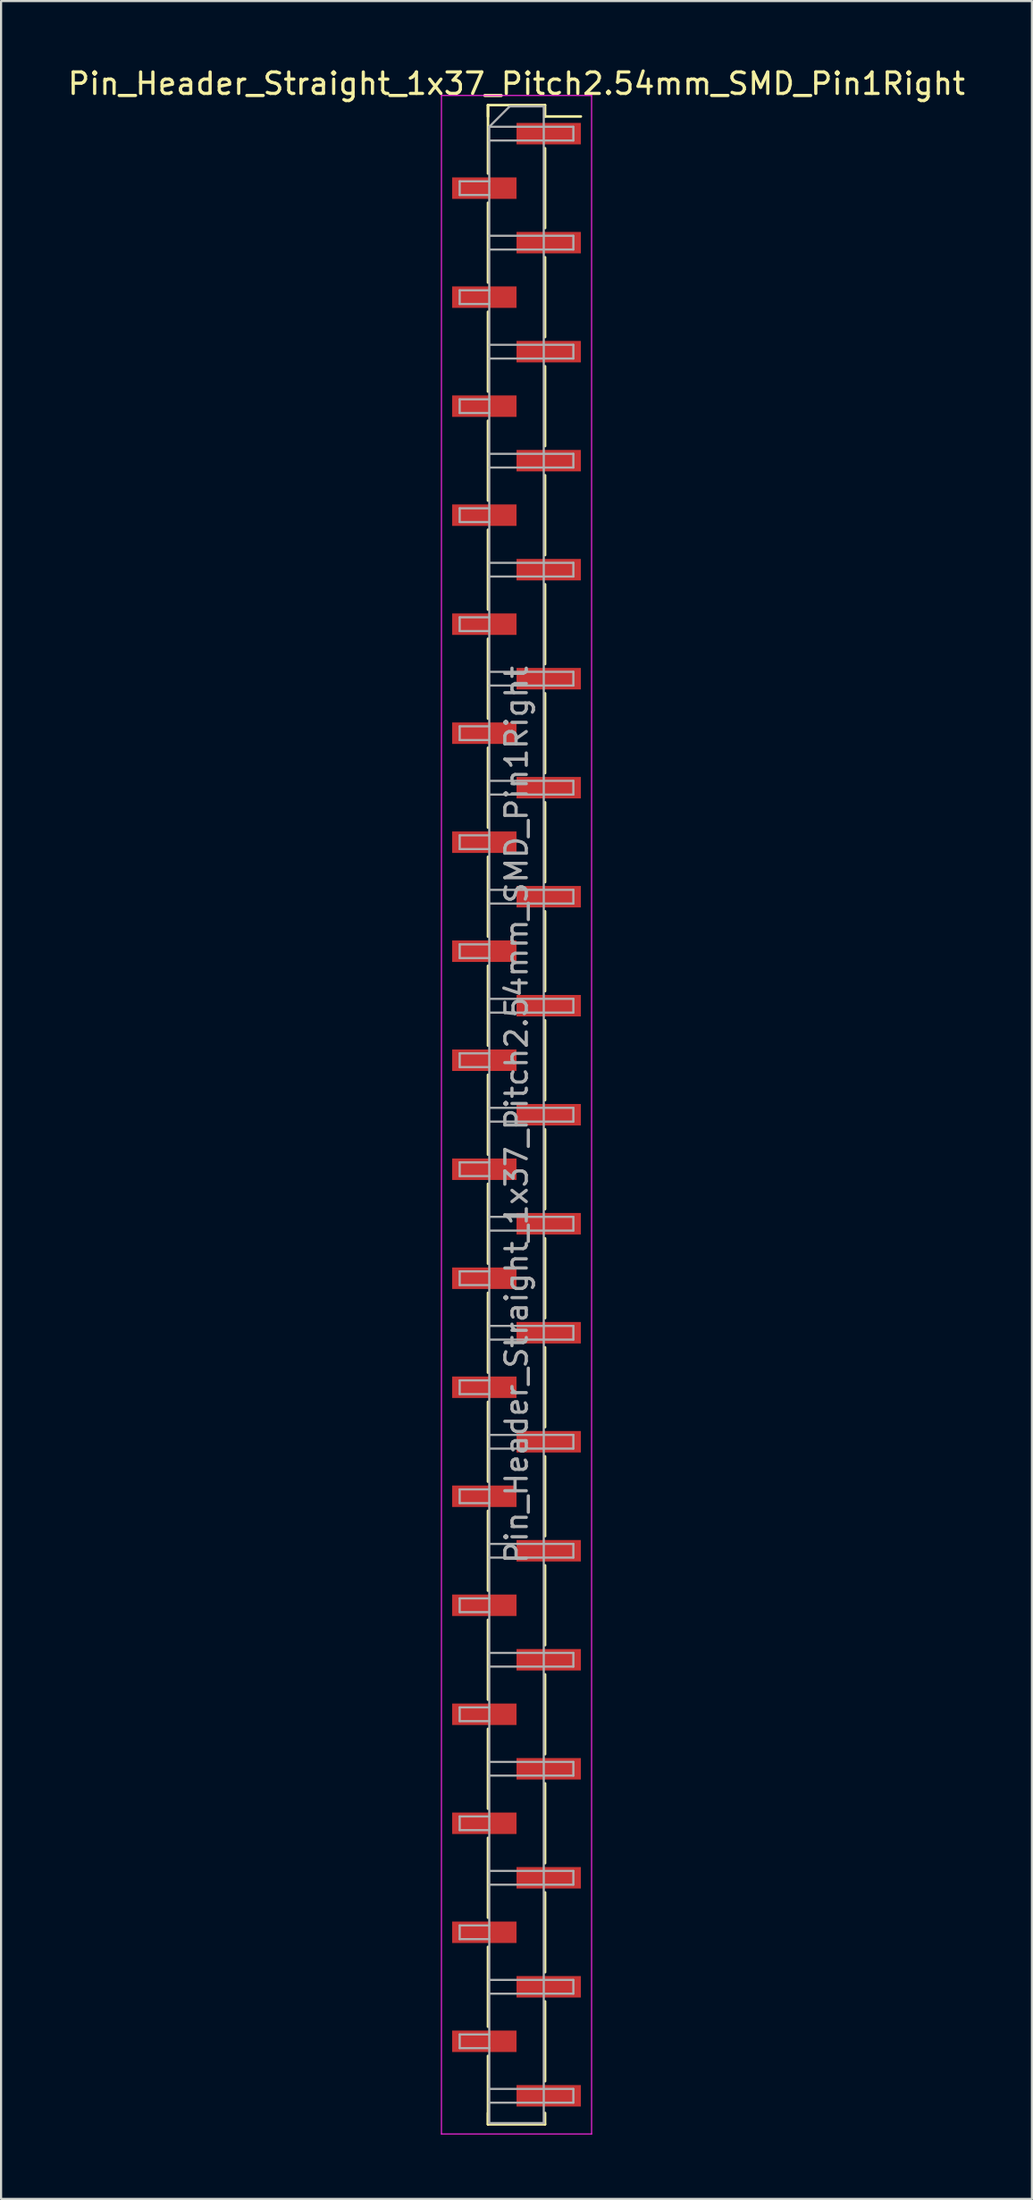
<source format=kicad_pcb>
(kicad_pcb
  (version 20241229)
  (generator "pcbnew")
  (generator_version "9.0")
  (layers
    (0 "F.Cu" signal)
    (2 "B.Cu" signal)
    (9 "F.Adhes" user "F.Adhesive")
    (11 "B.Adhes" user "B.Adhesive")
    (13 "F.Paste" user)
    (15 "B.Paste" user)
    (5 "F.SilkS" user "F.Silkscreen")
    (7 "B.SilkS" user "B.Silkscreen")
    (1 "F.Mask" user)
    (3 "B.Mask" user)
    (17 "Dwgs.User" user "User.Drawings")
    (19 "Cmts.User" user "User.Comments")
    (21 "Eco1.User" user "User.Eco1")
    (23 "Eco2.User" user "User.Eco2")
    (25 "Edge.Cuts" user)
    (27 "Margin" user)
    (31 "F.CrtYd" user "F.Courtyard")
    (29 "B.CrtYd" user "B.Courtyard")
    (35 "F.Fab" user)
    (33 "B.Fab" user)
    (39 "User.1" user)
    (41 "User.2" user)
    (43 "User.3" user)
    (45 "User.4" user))
  (footprint "Pin_Header_Straight_1x37_Pitch2.54mm_SMD_Pin1Right"
    (layer "F.Cu")
    (at 21.03 48.898)
    (property "Reference" "Pin_Header_Straight_1x37_Pitch2.54mm_SMD_Pin1Right" (at 0 -48.05 0) (layer "F.SilkS") (effects (font (size 1 1) (thickness 0.15))))
    (attr smd)
    (fp_line (start -1.33 -47.05) (end -1.33 -43.86) (stroke (width 0.12) (type solid)) (layer "F.SilkS"))
    (fp_line (start -1.33 -47.05) (end 1.33 -47.05) (stroke (width 0.12) (type solid)) (layer "F.SilkS"))
    (fp_line (start -1.33 -46.52) (end -1.33 -47.05) (stroke (width 0.12) (type solid)) (layer "F.SilkS"))
    (fp_line (start -1.33 -42.5) (end -1.33 -38.78) (stroke (width 0.12) (type solid)) (layer "F.SilkS"))
    (fp_line (start -1.33 -37.42) (end -1.33 -33.7) (stroke (width 0.12) (type solid)) (layer "F.SilkS"))
    (fp_line (start -1.33 -32.34) (end -1.33 -28.62) (stroke (width 0.12) (type solid)) (layer "F.SilkS"))
    (fp_line (start -1.33 -27.26) (end -1.33 -23.54) (stroke (width 0.12) (type solid)) (layer "F.SilkS"))
    (fp_line (start -1.33 -22.18) (end -1.33 -18.46) (stroke (width 0.12) (type solid)) (layer "F.SilkS"))
    (fp_line (start -1.33 -17.1) (end -1.33 -13.38) (stroke (width 0.12) (type solid)) (layer "F.SilkS"))
    (fp_line (start -1.33 -12.02) (end -1.33 -8.3) (stroke (width 0.12) (type solid)) (layer "F.SilkS"))
    (fp_line (start -1.33 -6.94) (end -1.33 -3.22) (stroke (width 0.12) (type solid)) (layer "F.SilkS"))
    (fp_line (start -1.33 -1.86) (end -1.33 1.86) (stroke (width 0.12) (type solid)) (layer "F.SilkS"))
    (fp_line (start -1.33 3.22) (end -1.33 6.94) (stroke (width 0.12) (type solid)) (layer "F.SilkS"))
    (fp_line (start -1.33 8.3) (end -1.33 12.02) (stroke (width 0.12) (type solid)) (layer "F.SilkS"))
    (fp_line (start -1.33 13.38) (end -1.33 17.1) (stroke (width 0.12) (type solid)) (layer "F.SilkS"))
    (fp_line (start -1.33 18.46) (end -1.33 22.18) (stroke (width 0.12) (type solid)) (layer "F.SilkS"))
    (fp_line (start -1.33 23.54) (end -1.33 27.26) (stroke (width 0.12) (type solid)) (layer "F.SilkS"))
    (fp_line (start -1.33 28.62) (end -1.33 32.34) (stroke (width 0.12) (type solid)) (layer "F.SilkS"))
    (fp_line (start -1.33 33.7) (end -1.33 37.42) (stroke (width 0.12) (type solid)) (layer "F.SilkS"))
    (fp_line (start -1.33 38.78) (end -1.33 42.5) (stroke (width 0.12) (type solid)) (layer "F.SilkS"))
    (fp_line (start -1.33 43.86) (end -1.33 47.05) (stroke (width 0.12) (type solid)) (layer "F.SilkS"))
    (fp_line (start -1.33 46.52) (end -1.33 47.05) (stroke (width 0.12) (type solid)) (layer "F.SilkS"))
    (fp_line (start -1.33 47.05) (end 1.33 47.05) (stroke (width 0.12) (type solid)) (layer "F.SilkS"))
    (fp_line (start 1.33 -47.05) (end 1.33 -46.52) (stroke (width 0.12) (type solid)) (layer "F.SilkS"))
    (fp_line (start 1.33 -46.52) (end 3 -46.52) (stroke (width 0.12) (type solid)) (layer "F.SilkS"))
    (fp_line (start 1.33 -45.04) (end 1.33 -41.32) (stroke (width 0.12) (type solid)) (layer "F.SilkS"))
    (fp_line (start 1.33 -39.96) (end 1.33 -36.24) (stroke (width 0.12) (type solid)) (layer "F.SilkS"))
    (fp_line (start 1.33 -34.88) (end 1.33 -31.16) (stroke (width 0.12) (type solid)) (layer "F.SilkS"))
    (fp_line (start 1.33 -29.8) (end 1.33 -26.08) (stroke (width 0.12) (type solid)) (layer "F.SilkS"))
    (fp_line (start 1.33 -24.72) (end 1.33 -21) (stroke (width 0.12) (type solid)) (layer "F.SilkS"))
    (fp_line (start 1.33 -19.64) (end 1.33 -15.92) (stroke (width 0.12) (type solid)) (layer "F.SilkS"))
    (fp_line (start 1.33 -14.56) (end 1.33 -10.84) (stroke (width 0.12) (type solid)) (layer "F.SilkS"))
    (fp_line (start 1.33 -9.48) (end 1.33 -5.76) (stroke (width 0.12) (type solid)) (layer "F.SilkS"))
    (fp_line (start 1.33 -4.4) (end 1.33 -0.68) (stroke (width 0.12) (type solid)) (layer "F.SilkS"))
    (fp_line (start 1.33 0.68) (end 1.33 4.4) (stroke (width 0.12) (type solid)) (layer "F.SilkS"))
    (fp_line (start 1.33 5.76) (end 1.33 9.48) (stroke (width 0.12) (type solid)) (layer "F.SilkS"))
    (fp_line (start 1.33 10.84) (end 1.33 14.56) (stroke (width 0.12) (type solid)) (layer "F.SilkS"))
    (fp_line (start 1.33 15.92) (end 1.33 19.64) (stroke (width 0.12) (type solid)) (layer "F.SilkS"))
    (fp_line (start 1.33 21) (end 1.33 24.72) (stroke (width 0.12) (type solid)) (layer "F.SilkS"))
    (fp_line (start 1.33 26.08) (end 1.33 29.8) (stroke (width 0.12) (type solid)) (layer "F.SilkS"))
    (fp_line (start 1.33 31.16) (end 1.33 34.88) (stroke (width 0.12) (type solid)) (layer "F.SilkS"))
    (fp_line (start 1.33 36.24) (end 1.33 39.96) (stroke (width 0.12) (type solid)) (layer "F.SilkS"))
    (fp_line (start 1.33 41.32) (end 1.33 45.04) (stroke (width 0.12) (type solid)) (layer "F.SilkS"))
    (fp_line (start 1.33 47.05) (end 1.33 46.52) (stroke (width 0.12) (type solid)) (layer "F.SilkS"))
    (fp_line (start -3.5 -47.5) (end -3.5 47.5) (stroke (width 0.05) (type solid)) (layer "F.CrtYd"))
    (fp_line (start -3.5 47.5) (end 3.5 47.5) (stroke (width 0.05) (type solid)) (layer "F.CrtYd"))
    (fp_line (start 3.5 -47.5) (end -3.5 -47.5) (stroke (width 0.05) (type solid)) (layer "F.CrtYd"))
    (fp_line (start 3.5 47.5) (end 3.5 -47.5) (stroke (width 0.05) (type solid)) (layer "F.CrtYd"))
    (fp_line (start -2.65 -43.5) (end -2.65 -42.86) (stroke (width 0.1) (type solid)) (layer "F.Fab"))
    (fp_line (start -2.65 -42.86) (end -1.27 -42.86) (stroke (width 0.1) (type solid)) (layer "F.Fab"))
    (fp_line (start -2.65 -38.42) (end -2.65 -37.78) (stroke (width 0.1) (type solid)) (layer "F.Fab"))
    (fp_line (start -2.65 -37.78) (end -1.27 -37.78) (stroke (width 0.1) (type solid)) (layer "F.Fab"))
    (fp_line (start -2.65 -33.34) (end -2.65 -32.7) (stroke (width 0.1) (type solid)) (layer "F.Fab"))
    (fp_line (start -2.65 -32.7) (end -1.27 -32.7) (stroke (width 0.1) (type solid)) (layer "F.Fab"))
    (fp_line (start -2.65 -28.26) (end -2.65 -27.62) (stroke (width 0.1) (type solid)) (layer "F.Fab"))
    (fp_line (start -2.65 -27.62) (end -1.27 -27.62) (stroke (width 0.1) (type solid)) (layer "F.Fab"))
    (fp_line (start -2.65 -23.18) (end -2.65 -22.54) (stroke (width 0.1) (type solid)) (layer "F.Fab"))
    (fp_line (start -2.65 -22.54) (end -1.27 -22.54) (stroke (width 0.1) (type solid)) (layer "F.Fab"))
    (fp_line (start -2.65 -18.1) (end -2.65 -17.46) (stroke (width 0.1) (type solid)) (layer "F.Fab"))
    (fp_line (start -2.65 -17.46) (end -1.27 -17.46) (stroke (width 0.1) (type solid)) (layer "F.Fab"))
    (fp_line (start -2.65 -13.02) (end -2.65 -12.38) (stroke (width 0.1) (type solid)) (layer "F.Fab"))
    (fp_line (start -2.65 -12.38) (end -1.27 -12.38) (stroke (width 0.1) (type solid)) (layer "F.Fab"))
    (fp_line (start -2.65 -7.94) (end -2.65 -7.3) (stroke (width 0.1) (type solid)) (layer "F.Fab"))
    (fp_line (start -2.65 -7.3) (end -1.27 -7.3) (stroke (width 0.1) (type solid)) (layer "F.Fab"))
    (fp_line (start -2.65 -2.86) (end -2.65 -2.22) (stroke (width 0.1) (type solid)) (layer "F.Fab"))
    (fp_line (start -2.65 -2.22) (end -1.27 -2.22) (stroke (width 0.1) (type solid)) (layer "F.Fab"))
    (fp_line (start -2.65 2.22) (end -2.65 2.86) (stroke (width 0.1) (type solid)) (layer "F.Fab"))
    (fp_line (start -2.65 2.86) (end -1.27 2.86) (stroke (width 0.1) (type solid)) (layer "F.Fab"))
    (fp_line (start -2.65 7.3) (end -2.65 7.94) (stroke (width 0.1) (type solid)) (layer "F.Fab"))
    (fp_line (start -2.65 7.94) (end -1.27 7.94) (stroke (width 0.1) (type solid)) (layer "F.Fab"))
    (fp_line (start -2.65 12.38) (end -2.65 13.02) (stroke (width 0.1) (type solid)) (layer "F.Fab"))
    (fp_line (start -2.65 13.02) (end -1.27 13.02) (stroke (width 0.1) (type solid)) (layer "F.Fab"))
    (fp_line (start -2.65 17.46) (end -2.65 18.1) (stroke (width 0.1) (type solid)) (layer "F.Fab"))
    (fp_line (start -2.65 18.1) (end -1.27 18.1) (stroke (width 0.1) (type solid)) (layer "F.Fab"))
    (fp_line (start -2.65 22.54) (end -2.65 23.18) (stroke (width 0.1) (type solid)) (layer "F.Fab"))
    (fp_line (start -2.65 23.18) (end -1.27 23.18) (stroke (width 0.1) (type solid)) (layer "F.Fab"))
    (fp_line (start -2.65 27.62) (end -2.65 28.26) (stroke (width 0.1) (type solid)) (layer "F.Fab"))
    (fp_line (start -2.65 28.26) (end -1.27 28.26) (stroke (width 0.1) (type solid)) (layer "F.Fab"))
    (fp_line (start -2.65 32.7) (end -2.65 33.34) (stroke (width 0.1) (type solid)) (layer "F.Fab"))
    (fp_line (start -2.65 33.34) (end -1.27 33.34) (stroke (width 0.1) (type solid)) (layer "F.Fab"))
    (fp_line (start -2.65 37.78) (end -2.65 38.42) (stroke (width 0.1) (type solid)) (layer "F.Fab"))
    (fp_line (start -2.65 38.42) (end -1.27 38.42) (stroke (width 0.1) (type solid)) (layer "F.Fab"))
    (fp_line (start -2.65 42.86) (end -2.65 43.5) (stroke (width 0.1) (type solid)) (layer "F.Fab"))
    (fp_line (start -2.65 43.5) (end -1.27 43.5) (stroke (width 0.1) (type solid)) (layer "F.Fab"))
    (fp_line (start -1.27 -46.04) (end -0.32 -46.99) (stroke (width 0.1) (type solid)) (layer "F.Fab"))
    (fp_line (start -1.27 -46.04) (end 2.65 -46.04) (stroke (width 0.1) (type solid)) (layer "F.Fab"))
    (fp_line (start -1.27 -43.5) (end -2.65 -43.5) (stroke (width 0.1) (type solid)) (layer "F.Fab"))
    (fp_line (start -1.27 -40.96) (end 2.65 -40.96) (stroke (width 0.1) (type solid)) (layer "F.Fab"))
    (fp_line (start -1.27 -38.42) (end -2.65 -38.42) (stroke (width 0.1) (type solid)) (layer "F.Fab"))
    (fp_line (start -1.27 -35.88) (end 2.65 -35.88) (stroke (width 0.1) (type solid)) (layer "F.Fab"))
    (fp_line (start -1.27 -33.34) (end -2.65 -33.34) (stroke (width 0.1) (type solid)) (layer "F.Fab"))
    (fp_line (start -1.27 -30.8) (end 2.65 -30.8) (stroke (width 0.1) (type solid)) (layer "F.Fab"))
    (fp_line (start -1.27 -28.26) (end -2.65 -28.26) (stroke (width 0.1) (type solid)) (layer "F.Fab"))
    (fp_line (start -1.27 -25.72) (end 2.65 -25.72) (stroke (width 0.1) (type solid)) (layer "F.Fab"))
    (fp_line (start -1.27 -23.18) (end -2.65 -23.18) (stroke (width 0.1) (type solid)) (layer "F.Fab"))
    (fp_line (start -1.27 -20.64) (end 2.65 -20.64) (stroke (width 0.1) (type solid)) (layer "F.Fab"))
    (fp_line (start -1.27 -18.1) (end -2.65 -18.1) (stroke (width 0.1) (type solid)) (layer "F.Fab"))
    (fp_line (start -1.27 -15.56) (end 2.65 -15.56) (stroke (width 0.1) (type solid)) (layer "F.Fab"))
    (fp_line (start -1.27 -13.02) (end -2.65 -13.02) (stroke (width 0.1) (type solid)) (layer "F.Fab"))
    (fp_line (start -1.27 -10.48) (end 2.65 -10.48) (stroke (width 0.1) (type solid)) (layer "F.Fab"))
    (fp_line (start -1.27 -7.94) (end -2.65 -7.94) (stroke (width 0.1) (type solid)) (layer "F.Fab"))
    (fp_line (start -1.27 -5.4) (end 2.65 -5.4) (stroke (width 0.1) (type solid)) (layer "F.Fab"))
    (fp_line (start -1.27 -2.86) (end -2.65 -2.86) (stroke (width 0.1) (type solid)) (layer "F.Fab"))
    (fp_line (start -1.27 -0.32) (end 2.65 -0.32) (stroke (width 0.1) (type solid)) (layer "F.Fab"))
    (fp_line (start -1.27 2.22) (end -2.65 2.22) (stroke (width 0.1) (type solid)) (layer "F.Fab"))
    (fp_line (start -1.27 4.76) (end 2.65 4.76) (stroke (width 0.1) (type solid)) (layer "F.Fab"))
    (fp_line (start -1.27 7.3) (end -2.65 7.3) (stroke (width 0.1) (type solid)) (layer "F.Fab"))
    (fp_line (start -1.27 9.84) (end 2.65 9.84) (stroke (width 0.1) (type solid)) (layer "F.Fab"))
    (fp_line (start -1.27 12.38) (end -2.65 12.38) (stroke (width 0.1) (type solid)) (layer "F.Fab"))
    (fp_line (start -1.27 14.92) (end 2.65 14.92) (stroke (width 0.1) (type solid)) (layer "F.Fab"))
    (fp_line (start -1.27 17.46) (end -2.65 17.46) (stroke (width 0.1) (type solid)) (layer "F.Fab"))
    (fp_line (start -1.27 20) (end 2.65 20) (stroke (width 0.1) (type solid)) (layer "F.Fab"))
    (fp_line (start -1.27 22.54) (end -2.65 22.54) (stroke (width 0.1) (type solid)) (layer "F.Fab"))
    (fp_line (start -1.27 25.08) (end 2.65 25.08) (stroke (width 0.1) (type solid)) (layer "F.Fab"))
    (fp_line (start -1.27 27.62) (end -2.65 27.62) (stroke (width 0.1) (type solid)) (layer "F.Fab"))
    (fp_line (start -1.27 30.16) (end 2.65 30.16) (stroke (width 0.1) (type solid)) (layer "F.Fab"))
    (fp_line (start -1.27 32.7) (end -2.65 32.7) (stroke (width 0.1) (type solid)) (layer "F.Fab"))
    (fp_line (start -1.27 35.24) (end 2.65 35.24) (stroke (width 0.1) (type solid)) (layer "F.Fab"))
    (fp_line (start -1.27 37.78) (end -2.65 37.78) (stroke (width 0.1) (type solid)) (layer "F.Fab"))
    (fp_line (start -1.27 40.32) (end 2.65 40.32) (stroke (width 0.1) (type solid)) (layer "F.Fab"))
    (fp_line (start -1.27 42.86) (end -2.65 42.86) (stroke (width 0.1) (type solid)) (layer "F.Fab"))
    (fp_line (start -1.27 45.4) (end 2.65 45.4) (stroke (width 0.1) (type solid)) (layer "F.Fab"))
    (fp_line (start -1.27 46.99) (end -1.27 -46.04) (stroke (width 0.1) (type solid)) (layer "F.Fab"))
    (fp_line (start -0.32 -46.99) (end 1.27 -46.99) (stroke (width 0.1) (type solid)) (layer "F.Fab"))
    (fp_line (start 1.27 -46.99) (end 1.27 46.99) (stroke (width 0.1) (type solid)) (layer "F.Fab"))
    (fp_line (start 1.27 46.99) (end -1.27 46.99) (stroke (width 0.1) (type solid)) (layer "F.Fab"))
    (fp_line (start 2.65 -46.04) (end 2.65 -45.4) (stroke (width 0.1) (type solid)) (layer "F.Fab"))
    (fp_line (start 2.65 -45.4) (end -1.27 -45.4) (stroke (width 0.1) (type solid)) (layer "F.Fab"))
    (fp_line (start 2.65 -40.96) (end 2.65 -40.32) (stroke (width 0.1) (type solid)) (layer "F.Fab"))
    (fp_line (start 2.65 -40.32) (end -1.27 -40.32) (stroke (width 0.1) (type solid)) (layer "F.Fab"))
    (fp_line (start 2.65 -35.88) (end 2.65 -35.24) (stroke (width 0.1) (type solid)) (layer "F.Fab"))
    (fp_line (start 2.65 -35.24) (end -1.27 -35.24) (stroke (width 0.1) (type solid)) (layer "F.Fab"))
    (fp_line (start 2.65 -30.8) (end 2.65 -30.16) (stroke (width 0.1) (type solid)) (layer "F.Fab"))
    (fp_line (start 2.65 -30.16) (end -1.27 -30.16) (stroke (width 0.1) (type solid)) (layer "F.Fab"))
    (fp_line (start 2.65 -25.72) (end 2.65 -25.08) (stroke (width 0.1) (type solid)) (layer "F.Fab"))
    (fp_line (start 2.65 -25.08) (end -1.27 -25.08) (stroke (width 0.1) (type solid)) (layer "F.Fab"))
    (fp_line (start 2.65 -20.64) (end 2.65 -20) (stroke (width 0.1) (type solid)) (layer "F.Fab"))
    (fp_line (start 2.65 -20) (end -1.27 -20) (stroke (width 0.1) (type solid)) (layer "F.Fab"))
    (fp_line (start 2.65 -15.56) (end 2.65 -14.92) (stroke (width 0.1) (type solid)) (layer "F.Fab"))
    (fp_line (start 2.65 -14.92) (end -1.27 -14.92) (stroke (width 0.1) (type solid)) (layer "F.Fab"))
    (fp_line (start 2.65 -10.48) (end 2.65 -9.84) (stroke (width 0.1) (type solid)) (layer "F.Fab"))
    (fp_line (start 2.65 -9.84) (end -1.27 -9.84) (stroke (width 0.1) (type solid)) (layer "F.Fab"))
    (fp_line (start 2.65 -5.4) (end 2.65 -4.76) (stroke (width 0.1) (type solid)) (layer "F.Fab"))
    (fp_line (start 2.65 -4.76) (end -1.27 -4.76) (stroke (width 0.1) (type solid)) (layer "F.Fab"))
    (fp_line (start 2.65 -0.32) (end 2.65 0.32) (stroke (width 0.1) (type solid)) (layer "F.Fab"))
    (fp_line (start 2.65 0.32) (end -1.27 0.32) (stroke (width 0.1) (type solid)) (layer "F.Fab"))
    (fp_line (start 2.65 4.76) (end 2.65 5.4) (stroke (width 0.1) (type solid)) (layer "F.Fab"))
    (fp_line (start 2.65 5.4) (end -1.27 5.4) (stroke (width 0.1) (type solid)) (layer "F.Fab"))
    (fp_line (start 2.65 9.84) (end 2.65 10.48) (stroke (width 0.1) (type solid)) (layer "F.Fab"))
    (fp_line (start 2.65 10.48) (end -1.27 10.48) (stroke (width 0.1) (type solid)) (layer "F.Fab"))
    (fp_line (start 2.65 14.92) (end 2.65 15.56) (stroke (width 0.1) (type solid)) (layer "F.Fab"))
    (fp_line (start 2.65 15.56) (end -1.27 15.56) (stroke (width 0.1) (type solid)) (layer "F.Fab"))
    (fp_line (start 2.65 20) (end 2.65 20.64) (stroke (width 0.1) (type solid)) (layer "F.Fab"))
    (fp_line (start 2.65 20.64) (end -1.27 20.64) (stroke (width 0.1) (type solid)) (layer "F.Fab"))
    (fp_line (start 2.65 25.08) (end 2.65 25.72) (stroke (width 0.1) (type solid)) (layer "F.Fab"))
    (fp_line (start 2.65 25.72) (end -1.27 25.72) (stroke (width 0.1) (type solid)) (layer "F.Fab"))
    (fp_line (start 2.65 30.16) (end 2.65 30.8) (stroke (width 0.1) (type solid)) (layer "F.Fab"))
    (fp_line (start 2.65 30.8) (end -1.27 30.8) (stroke (width 0.1) (type solid)) (layer "F.Fab"))
    (fp_line (start 2.65 35.24) (end 2.65 35.88) (stroke (width 0.1) (type solid)) (layer "F.Fab"))
    (fp_line (start 2.65 35.88) (end -1.27 35.88) (stroke (width 0.1) (type solid)) (layer "F.Fab"))
    (fp_line (start 2.65 40.32) (end 2.65 40.96) (stroke (width 0.1) (type solid)) (layer "F.Fab"))
    (fp_line (start 2.65 40.96) (end -1.27 40.96) (stroke (width 0.1) (type solid)) (layer "F.Fab"))
    (fp_line (start 2.65 45.4) (end 2.65 46.04) (stroke (width 0.1) (type solid)) (layer "F.Fab"))
    (fp_line (start 2.65 46.04) (end -1.27 46.04) (stroke (width 0.1) (type solid)) (layer "F.Fab"))
    (fp_text user "${REFERENCE}" (at 0 0 90) (layer "F.Fab") (effects (font (size 1 1) (thickness 0.15))))
    (pad "1" smd rect (at 1.5 -45.72) (size 3 1) (layers "F.Cu" "F.Mask" "F.Paste"))
    (pad "2" smd rect (at -1.5 -43.18) (size 3 1) (layers "F.Cu" "F.Mask" "F.Paste"))
    (pad "3" smd rect (at 1.5 -40.64) (size 3 1) (layers "F.Cu" "F.Mask" "F.Paste"))
    (pad "4" smd rect (at -1.5 -38.1) (size 3 1) (layers "F.Cu" "F.Mask" "F.Paste"))
    (pad "5" smd rect (at 1.5 -35.56) (size 3 1) (layers "F.Cu" "F.Mask" "F.Paste"))
    (pad "6" smd rect (at -1.5 -33.02) (size 3 1) (layers "F.Cu" "F.Mask" "F.Paste"))
    (pad "7" smd rect (at 1.5 -30.48) (size 3 1) (layers "F.Cu" "F.Mask" "F.Paste"))
    (pad "8" smd rect (at -1.5 -27.94) (size 3 1) (layers "F.Cu" "F.Mask" "F.Paste"))
    (pad "9" smd rect (at 1.5 -25.4) (size 3 1) (layers "F.Cu" "F.Mask" "F.Paste"))
    (pad "10" smd rect (at -1.5 -22.86) (size 3 1) (layers "F.Cu" "F.Mask" "F.Paste"))
    (pad "11" smd rect (at 1.5 -20.32) (size 3 1) (layers "F.Cu" "F.Mask" "F.Paste"))
    (pad "12" smd rect (at -1.5 -17.78) (size 3 1) (layers "F.Cu" "F.Mask" "F.Paste"))
    (pad "13" smd rect (at 1.5 -15.24) (size 3 1) (layers "F.Cu" "F.Mask" "F.Paste"))
    (pad "14" smd rect (at -1.5 -12.7) (size 3 1) (layers "F.Cu" "F.Mask" "F.Paste"))
    (pad "15" smd rect (at 1.5 -10.16) (size 3 1) (layers "F.Cu" "F.Mask" "F.Paste"))
    (pad "16" smd rect (at -1.5 -7.62) (size 3 1) (layers "F.Cu" "F.Mask" "F.Paste"))
    (pad "17" smd rect (at 1.5 -5.08) (size 3 1) (layers "F.Cu" "F.Mask" "F.Paste"))
    (pad "18" smd rect (at -1.5 -2.54) (size 3 1) (layers "F.Cu" "F.Mask" "F.Paste"))
    (pad "19" smd rect (at 1.5 0) (size 3 1) (layers "F.Cu" "F.Mask" "F.Paste"))
    (pad "20" smd rect (at -1.5 2.54) (size 3 1) (layers "F.Cu" "F.Mask" "F.Paste"))
    (pad "21" smd rect (at 1.5 5.08) (size 3 1) (layers "F.Cu" "F.Mask" "F.Paste"))
    (pad "22" smd rect (at -1.5 7.62) (size 3 1) (layers "F.Cu" "F.Mask" "F.Paste"))
    (pad "23" smd rect (at 1.5 10.16) (size 3 1) (layers "F.Cu" "F.Mask" "F.Paste"))
    (pad "24" smd rect (at -1.5 12.7) (size 3 1) (layers "F.Cu" "F.Mask" "F.Paste"))
    (pad "25" smd rect (at 1.5 15.24) (size 3 1) (layers "F.Cu" "F.Mask" "F.Paste"))
    (pad "26" smd rect (at -1.5 17.78) (size 3 1) (layers "F.Cu" "F.Mask" "F.Paste"))
    (pad "27" smd rect (at 1.5 20.32) (size 3 1) (layers "F.Cu" "F.Mask" "F.Paste"))
    (pad "28" smd rect (at -1.5 22.86) (size 3 1) (layers "F.Cu" "F.Mask" "F.Paste"))
    (pad "29" smd rect (at 1.5 25.4) (size 3 1) (layers "F.Cu" "F.Mask" "F.Paste"))
    (pad "30" smd rect (at -1.5 27.94) (size 3 1) (layers "F.Cu" "F.Mask" "F.Paste"))
    (pad "31" smd rect (at 1.5 30.48) (size 3 1) (layers "F.Cu" "F.Mask" "F.Paste"))
    (pad "32" smd rect (at -1.5 33.02) (size 3 1) (layers "F.Cu" "F.Mask" "F.Paste"))
    (pad "33" smd rect (at 1.5 35.56) (size 3 1) (layers "F.Cu" "F.Mask" "F.Paste"))
    (pad "34" smd rect (at -1.5 38.1) (size 3 1) (layers "F.Cu" "F.Mask" "F.Paste"))
    (pad "35" smd rect (at 1.5 40.64) (size 3 1) (layers "F.Cu" "F.Mask" "F.Paste"))
    (pad "36" smd rect (at -1.5 43.18) (size 3 1) (layers "F.Cu" "F.Mask" "F.Paste"))
    (pad "37" smd rect (at 1.5 45.72) (size 3 1) (layers "F.Cu" "F.Mask" "F.Paste")))
  (gr_rect
    (start -3 -3)
    (end 45.06 99.423)
    (stroke (width 0.1) (type default))
    (fill no)
    (layer "Edge.Cuts")))
</source>
